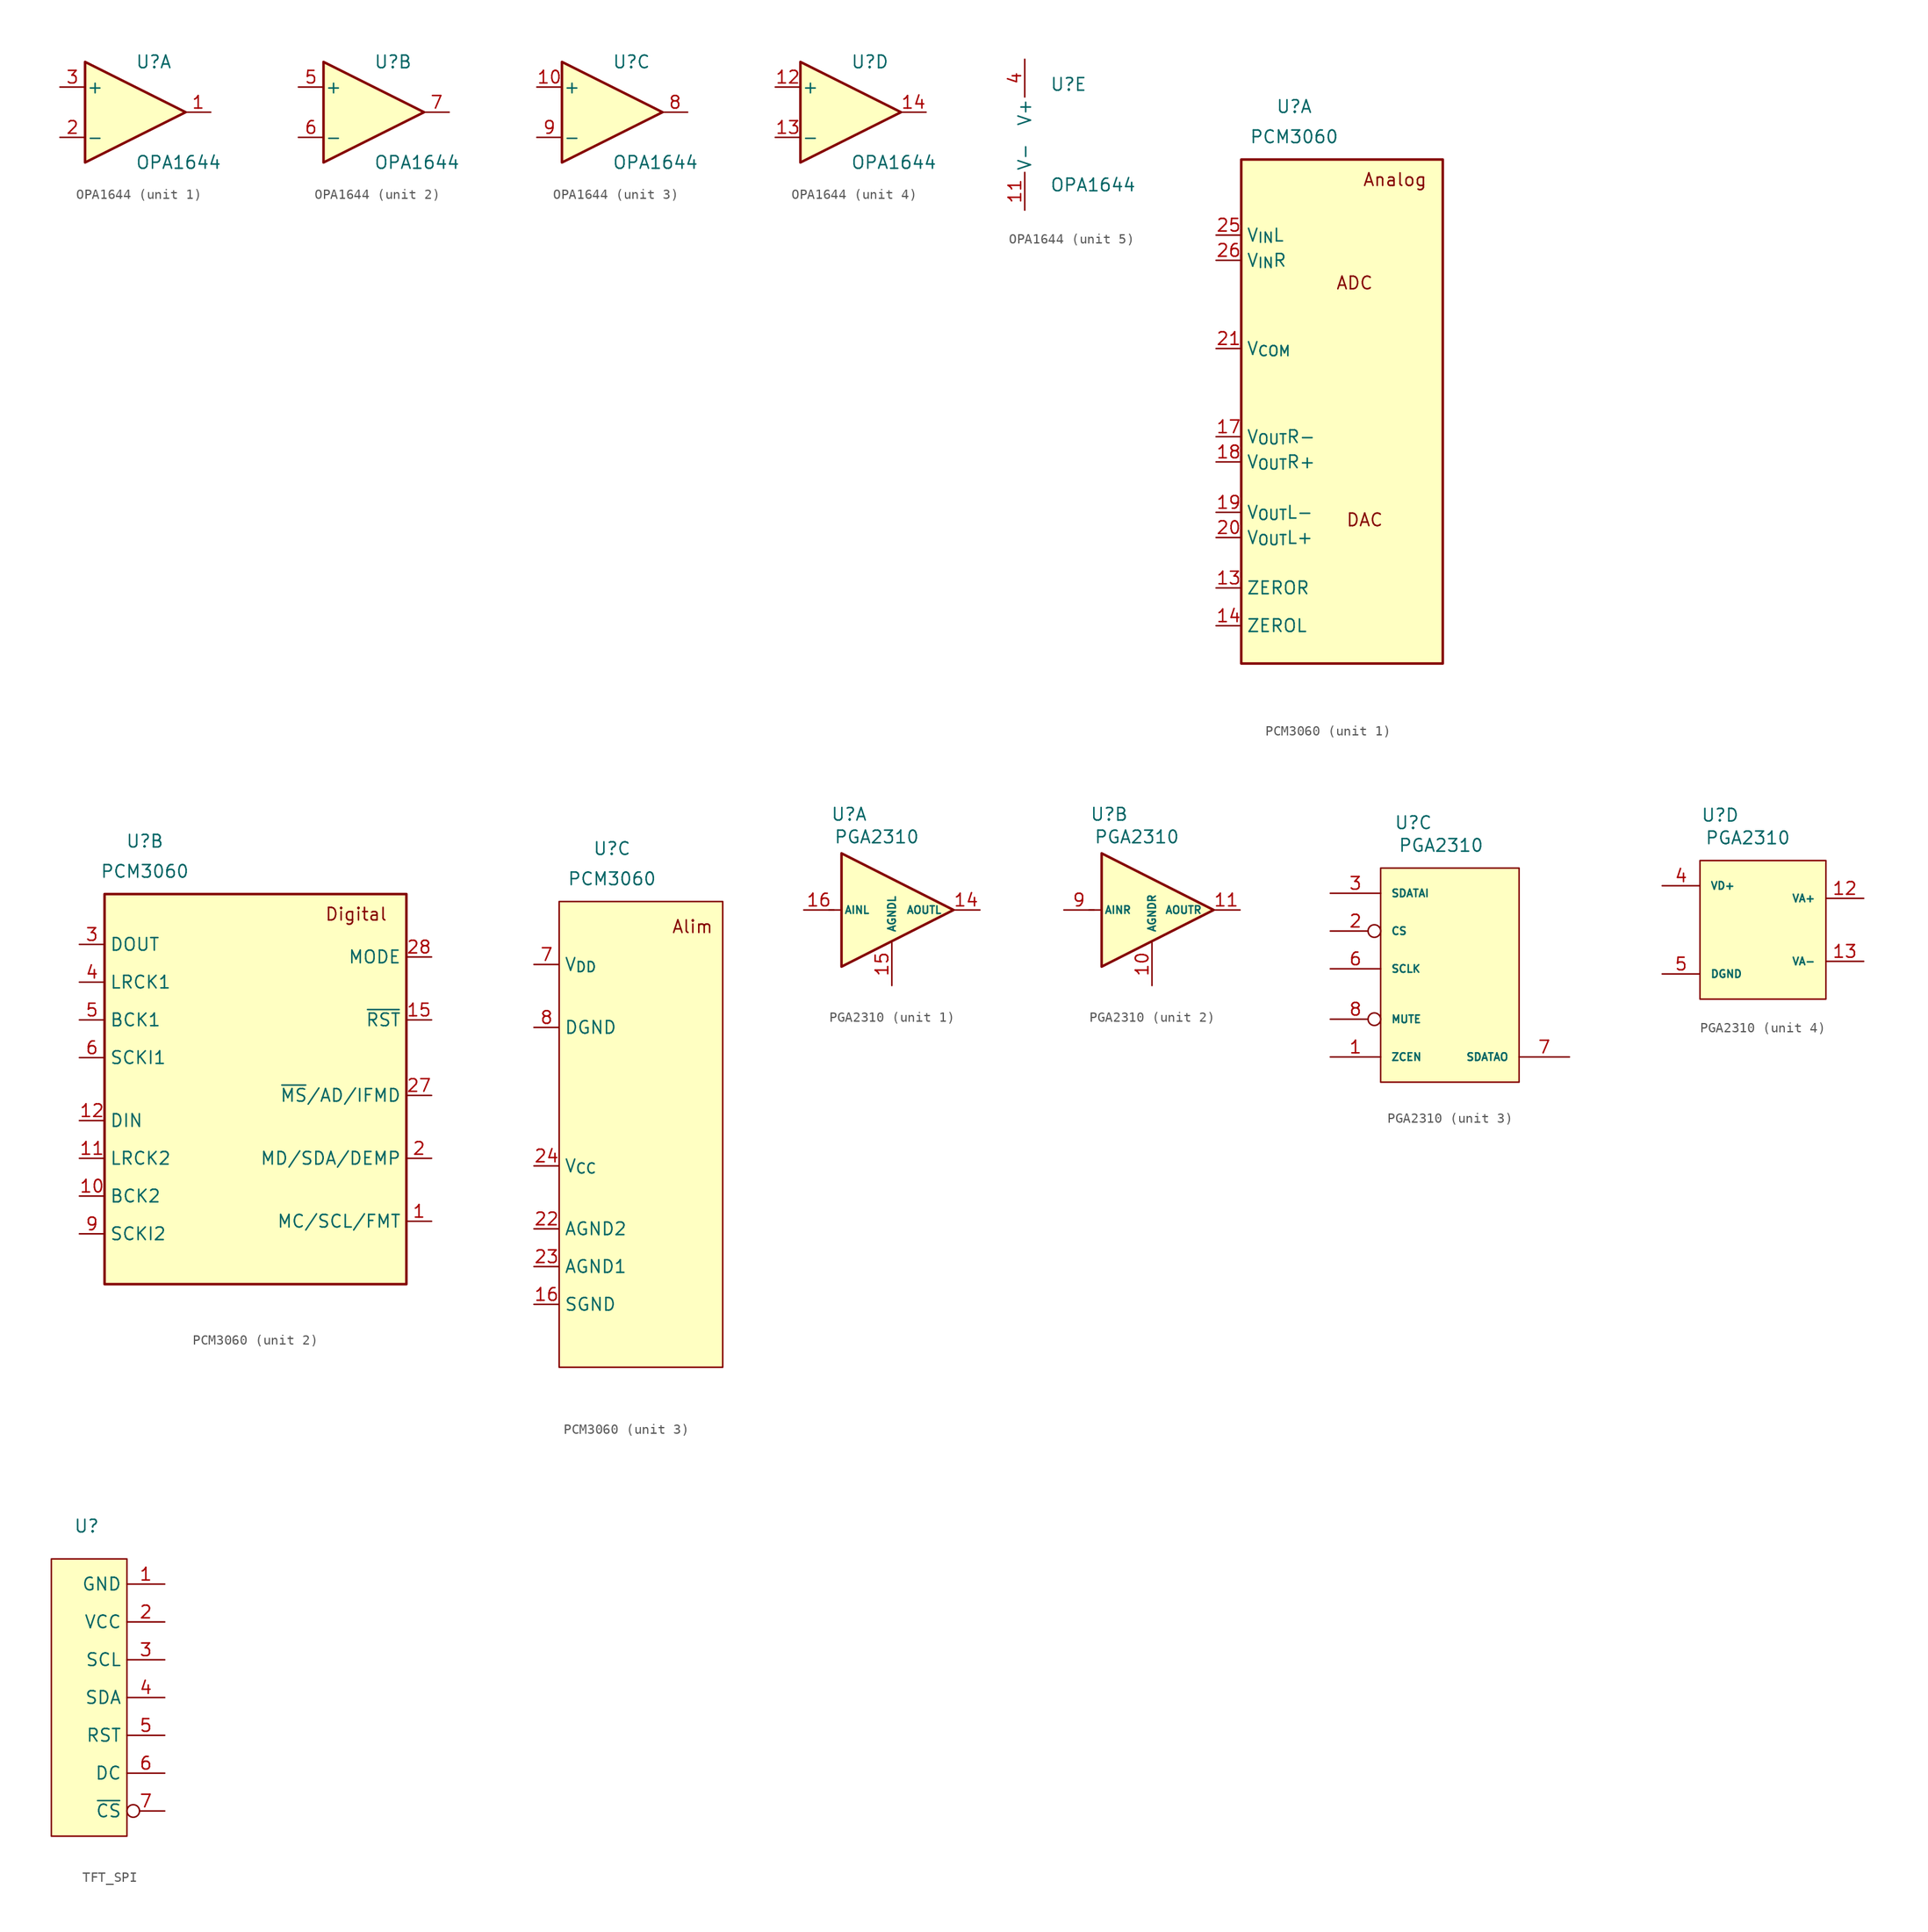
<source format=kicad_sym>
(kicad_symbol_lib
  (version 20241209)
  (generator "kicad_symbol_editor")
  (generator_version "9.0")
  (symbol "OPA1644"
    (pin_names
      (offset 0.127))
    (property "Reference" "U"
      (at 0 5.08 0)
      (effects (font (size 1.27 1.27)) (justify left)))
    (property "Value" "OPA1644"
      (at 0 -5.08 0)
      (effects (font (size 1.27 1.27)) (justify left)))
    (property "ki_locked" ""
      (at 0 0 0)
      (effects (font (size 1.27 1.27))))
    (symbol "OPA1644_1_1"
      (polyline (pts (xy -5.08 5.08) (xy 5.08 0) (xy -5.08 -5.08) (xy -5.08 5.08)) (stroke (width 0.254) (type default)) (fill (type background)))
      (pin input line (at -7.62 2.54 0) (length 2.54) (name "+" (effects (font (size 1.27 1.27)))) (number "3" (effects (font (size 1.27 1.27)))))
      (pin input line (at -7.62 -2.54 0) (length 2.54) (name "-" (effects (font (size 1.27 1.27)))) (number "2" (effects (font (size 1.27 1.27)))))
      (pin output line (at 7.62 0 180) (length 2.54) (name "~" (effects (font (size 1.27 1.27)))) (number "1" (effects (font (size 1.27 1.27))))))
    (symbol "OPA1644_2_1"
      (polyline (pts (xy -5.08 5.08) (xy 5.08 0) (xy -5.08 -5.08) (xy -5.08 5.08)) (stroke (width 0.254) (type default)) (fill (type background)))
      (pin input line (at -7.62 2.54 0) (length 2.54) (name "+" (effects (font (size 1.27 1.27)))) (number "5" (effects (font (size 1.27 1.27)))))
      (pin input line (at -7.62 -2.54 0) (length 2.54) (name "-" (effects (font (size 1.27 1.27)))) (number "6" (effects (font (size 1.27 1.27)))))
      (pin output line (at 7.62 0 180) (length 2.54) (name "~" (effects (font (size 1.27 1.27)))) (number "7" (effects (font (size 1.27 1.27))))))
    (symbol "OPA1644_3_1"
      (polyline (pts (xy -5.08 5.08) (xy 5.08 0) (xy -5.08 -5.08) (xy -5.08 5.08)) (stroke (width 0.254) (type default)) (fill (type background)))
      (pin input line (at -7.62 2.54 0) (length 2.54) (name "+" (effects (font (size 1.27 1.27)))) (number "10" (effects (font (size 1.27 1.27)))))
      (pin input line (at -7.62 -2.54 0) (length 2.54) (name "-" (effects (font (size 1.27 1.27)))) (number "9" (effects (font (size 1.27 1.27)))))
      (pin output line (at 7.62 0 180) (length 2.54) (name "~" (effects (font (size 1.27 1.27)))) (number "8" (effects (font (size 1.27 1.27))))))
    (symbol "OPA1644_4_1"
      (polyline (pts (xy -5.08 5.08) (xy 5.08 0) (xy -5.08 -5.08) (xy -5.08 5.08)) (stroke (width 0.254) (type default)) (fill (type background)))
      (pin input line (at -7.62 2.54 0) (length 2.54) (name "+" (effects (font (size 1.27 1.27)))) (number "12" (effects (font (size 1.27 1.27)))))
      (pin input line (at -7.62 -2.54 0) (length 2.54) (name "-" (effects (font (size 1.27 1.27)))) (number "13" (effects (font (size 1.27 1.27)))))
      (pin output line (at 7.62 0 180) (length 2.54) (name "~" (effects (font (size 1.27 1.27)))) (number "14" (effects (font (size 1.27 1.27))))))
    (symbol "OPA1644_5_1"
      (pin power_in line (at -2.54 7.62 270) (length 3.81) (name "V+" (effects (font (size 1.27 1.27)))) (number "4" (effects (font (size 1.27 1.27)))))
      (pin power_in line (at -2.54 -7.62 90) (length 3.81) (name "V-" (effects (font (size 1.27 1.27)))) (number "11" (effects (font (size 1.27 1.27)))))))
  (symbol "PCM3060"
    (property "Reference" "U"
      (at -6.096 25.654 0)
      (effects (font (size 1.27 1.27))))
    (property "Value" "PCM3060"
      (at -6.096 22.606 0)
      (effects (font (size 1.27 1.27))))
    (property "ki_locked" ""
      (at 0 0 0)
      (effects (font (size 1.27 1.27))))
    (symbol "PCM3060_1_1"
      (rectangle (start -11.43 20.32) (end 8.89 -30.48) (stroke (width 0.254) (type default)) (fill (type background)))
      (text "ADC" (at 0 7.874 0) (effects (font (size 1.27 1.27))))
      (text "DAC" (at 1.016 -16.002 0) (effects (font (size 1.27 1.27))))
      (text "Analog" (at 4.064 18.288 0) (effects (font (size 1.27 1.27))))
      (pin input line (at -13.97 12.7 0) (length 2.54) (name "V_{IN}L" (effects (font (size 1.27 1.27)))) (number "25" (effects (font (size 1.27 1.27)))))
      (pin input line (at -13.97 10.16 0) (length 2.54) (name "V_{IN}R" (effects (font (size 1.27 1.27)))) (number "26" (effects (font (size 1.27 1.27)))))
      (pin output line (at -13.97 1.27 0) (length 2.54) (name "V_{COM}" (effects (font (size 1.27 1.27)))) (number "21" (effects (font (size 1.27 1.27)))))
      (pin output line (at -13.97 -7.62 0) (length 2.54) (name "V_{OUT}R-" (effects (font (size 1.27 1.27)))) (number "17" (effects (font (size 1.27 1.27)))))
      (pin output line (at -13.97 -10.16 0) (length 2.54) (name "V_{OUT}R+" (effects (font (size 1.27 1.27)))) (number "18" (effects (font (size 1.27 1.27)))))
      (pin output line (at -13.97 -15.24 0) (length 2.54) (name "V_{OUT}L-" (effects (font (size 1.27 1.27)))) (number "19" (effects (font (size 1.27 1.27)))))
      (pin output line (at -13.97 -17.78 0) (length 2.54) (name "V_{OUT}L+" (effects (font (size 1.27 1.27)))) (number "20" (effects (font (size 1.27 1.27)))))
      (pin output line (at -13.97 -22.86 0) (length 2.54) (name "ZEROR" (effects (font (size 1.27 1.27)))) (number "13" (effects (font (size 1.27 1.27)))))
      (pin output line (at -13.97 -26.67 0) (length 2.54) (name "ZEROL" (effects (font (size 1.27 1.27)))) (number "14" (effects (font (size 1.27 1.27))))))
    (symbol "PCM3060_2_1"
      (rectangle (start -10.16 20.32) (end 20.32 -19.05) (stroke (width 0.254) (type default)) (fill (type background)))
      (text "Digital" (at 15.24 18.288 0) (effects (font (size 1.27 1.27))))
      (pin output line (at -12.7 15.24 0) (length 2.54) (name "DOUT" (effects (font (size 1.27 1.27)))) (number "3" (effects (font (size 1.27 1.27)))))
      (pin bidirectional line (at -12.7 11.43 0) (length 2.54) (name "LRCK1" (effects (font (size 1.27 1.27)))) (number "4" (effects (font (size 1.27 1.27)))))
      (pin bidirectional line (at -12.7 7.62 0) (length 2.54) (name "BCK1" (effects (font (size 1.27 1.27)))) (number "5" (effects (font (size 1.27 1.27)))))
      (pin input line (at -12.7 3.81 0) (length 2.54) (name "SCKI1" (effects (font (size 1.27 1.27)))) (number "6" (effects (font (size 1.27 1.27)))))
      (pin input line (at -12.7 -2.54 0) (length 2.54) (name "DIN" (effects (font (size 1.27 1.27)))) (number "12" (effects (font (size 1.27 1.27)))))
      (pin bidirectional line (at -12.7 -6.35 0) (length 2.54) (name "LRCK2" (effects (font (size 1.27 1.27)))) (number "11" (effects (font (size 1.27 1.27)))))
      (pin bidirectional line (at -12.7 -10.16 0) (length 2.54) (name "BCK2" (effects (font (size 1.27 1.27)))) (number "10" (effects (font (size 1.27 1.27)))))
      (pin input line (at -12.7 -13.97 0) (length 2.54) (name "SCKI2" (effects (font (size 1.27 1.27)))) (number "9" (effects (font (size 1.27 1.27)))))
      (pin input line (at 22.86 13.97 180) (length 2.54) (name "MODE" (effects (font (size 1.27 1.27)))) (number "28" (effects (font (size 1.27 1.27)))))
      (pin input line (at 22.86 7.62 180) (length 2.54) (name "~{RST}" (effects (font (size 1.27 1.27)))) (number "15" (effects (font (size 1.27 1.27)))))
      (pin input line (at 22.86 0 180) (length 2.54) (name "~{MS}/AD/IFMD" (effects (font (size 1.27 1.27)))) (number "27" (effects (font (size 1.27 1.27)))))
      (pin bidirectional line (at 22.86 -6.35 180) (length 2.54) (name "MD/SDA/DEMP" (effects (font (size 1.27 1.27)))) (number "2" (effects (font (size 1.27 1.27)))))
      (pin input line (at 22.86 -12.7 180) (length 2.54) (name "MC/SCL/FMT" (effects (font (size 1.27 1.27)))) (number "1" (effects (font (size 1.27 1.27))))))
    (symbol "PCM3060_3_1"
      (rectangle (start -11.43 20.32) (end 5.08 -26.67) (stroke (width 0) (type default)) (fill (type background)))
      (text "Alim" (at 2.032 17.78 0) (effects (font (size 1.27 1.27))))
      (pin power_in line (at -13.97 13.97 0) (length 2.54) (name "V_{DD}" (effects (font (size 1.27 1.27)))) (number "7" (effects (font (size 1.27 1.27)))))
      (pin power_in line (at -13.97 7.62 0) (length 2.54) (name "DGND" (effects (font (size 1.27 1.27)))) (number "8" (effects (font (size 1.27 1.27)))))
      (pin power_in line (at -13.97 -6.35 0) (length 2.54) (name "V_{CC}" (effects (font (size 1.27 1.27)))) (number "24" (effects (font (size 1.27 1.27)))))
      (pin power_in line (at -13.97 -12.7 0) (length 2.54) (name "AGND2" (effects (font (size 1.27 1.27)))) (number "22" (effects (font (size 1.27 1.27)))))
      (pin power_in line (at -13.97 -16.51 0) (length 2.54) (name "AGND1" (effects (font (size 1.27 1.27)))) (number "23" (effects (font (size 1.27 1.27)))))
      (pin power_in line (at -13.97 -20.32 0) (length 2.54) (name "SGND" (effects (font (size 1.27 1.27)))) (number "16" (effects (font (size 1.27 1.27)))))))
  (symbol "PGA2310"
    (pin_names
      (offset 1.016))
    (property "Reference" "U"
      (at -4.318 9.652 0)
      (effects (font (size 1.27 1.27))))
    (property "Value" "PGA2310"
      (at -1.524 7.366 0)
      (effects (font (size 1.27 1.27))))
    (property "ki_locked" ""
      (at 0 0 0)
      (effects (font (size 1.27 1.27))))
    (symbol "PGA2310_1_1"
      (unit_name "Ana_Left")
      (polyline (pts (xy -6.35 0) (xy -5.08 0)) (stroke (width 0) (type default)) (fill (type none)))
      (polyline (pts (xy 6.223 0) (xy -5.08 5.715) (xy -5.08 -5.715) (xy 6.223 0)) (stroke (width 0.254) (type solid)) (fill (type background)))
      (pin input line (at -8.89 0 0) (length 3.048) (name "AINL" (effects (font (size 0.762 0.762)))) (number "16" (effects (font (size 1.27 1.27)))))
      (pin power_in line (at 0 -7.62 90) (length 4.318) (name "AGNDL" (effects (font (size 0.762 0.762)))) (number "15" (effects (font (size 1.27 1.27)))))
      (pin output line (at 8.89 0 180) (length 2.794) (name "AOUTL" (effects (font (size 0.762 0.762)))) (number "14" (effects (font (size 1.27 1.27))))))
    (symbol "PGA2310_2_1"
      (unit_name "Ana_Right")
      (polyline (pts (xy -6.35 0) (xy -5.08 0)) (stroke (width 0) (type default)) (fill (type none)))
      (polyline (pts (xy 6.223 0) (xy -5.08 5.715) (xy -5.08 -5.715) (xy 6.223 0)) (stroke (width 0.254) (type solid)) (fill (type background)))
      (pin input line (at -8.89 0 0) (length 3.048) (name "AINR" (effects (font (size 0.762 0.762)))) (number "9" (effects (font (size 1.27 1.27)))))
      (pin power_in line (at 0 -7.62 90) (length 4.318) (name "AGNDR" (effects (font (size 0.762 0.762)))) (number "10" (effects (font (size 1.27 1.27)))))
      (pin output line (at 8.89 0 180) (length 2.794) (name "AOUTR" (effects (font (size 0.762 0.762)))) (number "11" (effects (font (size 1.27 1.27))))))
    (symbol "PGA2310_3_1"
      (unit_name "Logic")
      (rectangle (start -7.62 5.08) (end 6.35 -16.51) (stroke (width 0) (type solid)) (fill (type background)))
      (pin input line (at -12.7 2.54 0) (length 5.08) (name "SDATAI" (effects (font (size 0.762 0.762)))) (number "3" (effects (font (size 1.27 1.27)))))
      (pin input inverted (at -12.7 -1.27 0) (length 5.08) (name "CS" (effects (font (size 0.762 0.762)))) (number "2" (effects (font (size 1.27 1.27)))))
      (pin input line (at -12.7 -5.08 0) (length 5.08) (name "SCLK" (effects (font (size 0.762 0.762)))) (number "6" (effects (font (size 1.27 1.27)))))
      (pin input inverted (at -12.7 -10.16 0) (length 5.08) (name "MUTE" (effects (font (size 0.762 0.762)))) (number "8" (effects (font (size 1.27 1.27)))))
      (pin input line (at -12.7 -13.97 0) (length 5.08) (name "ZCEN" (effects (font (size 0.762 0.762)))) (number "1" (effects (font (size 1.27 1.27)))))
      (pin output line (at 11.43 -13.97 180) (length 5.08) (name "SDATAO" (effects (font (size 0.762 0.762)))) (number "7" (effects (font (size 1.27 1.27))))))
    (symbol "PGA2310_4_1"
      (unit_name "Alim")
      (rectangle (start -6.35 5.08) (end 6.35 -8.89) (stroke (width 0) (type solid)) (fill (type background)))
      (pin power_in line (at -10.16 2.54 0) (length 3.81) (name "VD+" (effects (font (size 0.762 0.762)))) (number "4" (effects (font (size 1.27 1.27)))))
      (pin power_in line (at -10.16 -6.35 0) (length 3.81) (name "DGND" (effects (font (size 0.762 0.762)))) (number "5" (effects (font (size 1.27 1.27)))))
      (pin power_in line (at 10.16 1.27 180) (length 3.81) (name "VA+" (effects (font (size 0.762 0.762)))) (number "12" (effects (font (size 1.27 1.27)))))
      (pin power_in line (at 10.16 -5.08 180) (length 3.81) (name "VA-" (effects (font (size 0.762 0.762)))) (number "13" (effects (font (size 1.27 1.27)))))))
  (symbol "TFT_SPI"
    (property "Reference" "U"
      (at -1.524 13.462 0)
      (effects (font (size 1.27 1.27))))
    (property "Value" ""
      (at 0 0 0)
      (effects (font (size 1.27 1.27))))
    (symbol "TFT_SPI_1_1"
      (rectangle (start -5.08 10.16) (end 2.54 -17.78) (stroke (width 0) (type solid)) (fill (type background)))
      (pin power_in line (at 6.35 7.62 180) (length 3.81) (name "GND" (effects (font (size 1.27 1.27)))) (number "1" (effects (font (size 1.27 1.27)))))
      (pin power_in line (at 6.35 3.81 180) (length 3.81) (name "VCC" (effects (font (size 1.27 1.27)))) (number "2" (effects (font (size 1.27 1.27)))))
      (pin input line (at 6.35 0 180) (length 3.81) (name "SCL" (effects (font (size 1.27 1.27)))) (number "3" (effects (font (size 1.27 1.27)))))
      (pin input line (at 6.35 -3.81 180) (length 3.81) (name "SDA" (effects (font (size 1.27 1.27)))) (number "4" (effects (font (size 1.27 1.27)))))
      (pin input line (at 6.35 -7.62 180) (length 3.81) (name "RST" (effects (font (size 1.27 1.27)))) (number "5" (effects (font (size 1.27 1.27)))))
      (pin input line (at 6.35 -11.43 180) (length 3.81) (name "DC" (effects (font (size 1.27 1.27)))) (number "6" (effects (font (size 1.27 1.27)))))
      (pin input inverted (at 6.35 -15.24 180) (length 3.81) (name "~{CS}" (effects (font (size 1.27 1.27)))) (number "7" (effects (font (size 1.27 1.27))))))))
</source>
